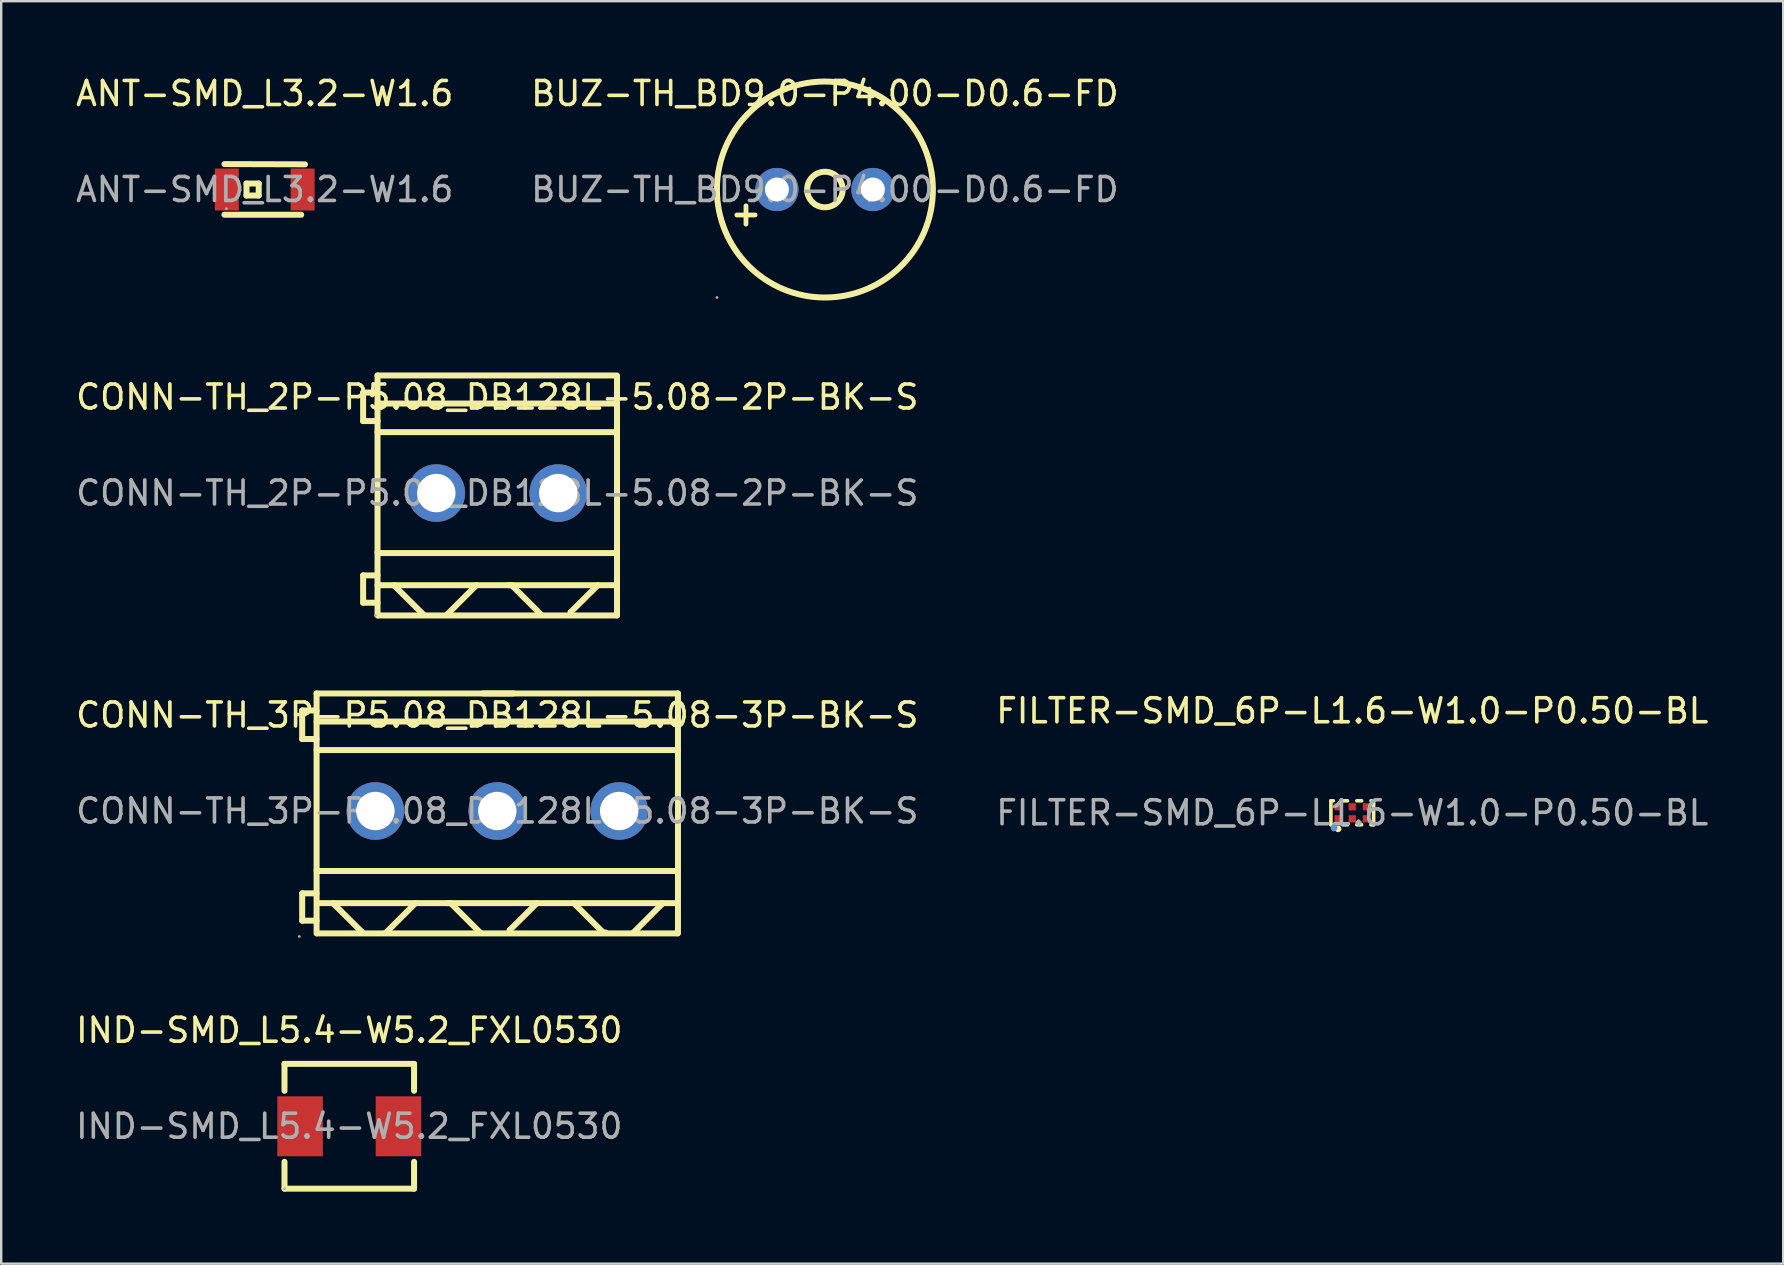
<source format=kicad_pcb>
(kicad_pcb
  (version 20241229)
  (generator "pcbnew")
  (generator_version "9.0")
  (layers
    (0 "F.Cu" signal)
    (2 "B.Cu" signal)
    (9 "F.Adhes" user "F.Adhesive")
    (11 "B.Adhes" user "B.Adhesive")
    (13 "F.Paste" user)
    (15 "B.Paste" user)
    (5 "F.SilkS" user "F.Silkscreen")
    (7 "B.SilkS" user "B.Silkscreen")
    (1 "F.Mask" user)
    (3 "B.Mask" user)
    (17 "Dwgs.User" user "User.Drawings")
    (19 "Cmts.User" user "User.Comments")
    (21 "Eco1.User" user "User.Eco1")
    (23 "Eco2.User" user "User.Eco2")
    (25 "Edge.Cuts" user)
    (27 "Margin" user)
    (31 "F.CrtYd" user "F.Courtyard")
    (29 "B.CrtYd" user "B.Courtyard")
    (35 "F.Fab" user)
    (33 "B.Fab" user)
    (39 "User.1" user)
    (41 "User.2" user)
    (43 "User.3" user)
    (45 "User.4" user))
  (footprint "CONN-TH_2P-P5.08_DB128L-5.08-2P-BK-S"
    (layer "F.Cu")
    (at 17.673 17.498)
    (property "Reference" "CONN-TH_2P-P5.08_DB128L-5.08-2P-BK-S" (at 0 -4 0) (layer "F.SilkS") (effects (font (size 1 1) (thickness 0.15))))
    (attr through_hole)
    (fp_line (start -5.59 -4.19) (end -4.99 -4.19) (stroke (width 0.25) (type solid)) (layer "F.SilkS"))
    (fp_line (start -5.59 -3) (end -5.59 -4.19) (stroke (width 0.25) (type solid)) (layer "F.SilkS"))
    (fp_line (start -5.59 3.43) (end -4.99 3.43) (stroke (width 0.25) (type solid)) (layer "F.SilkS"))
    (fp_line (start -5.59 4.57) (end -5.59 3.43) (stroke (width 0.25) (type solid)) (layer "F.SilkS"))
    (fp_line (start -4.99 -4.9) (end -4.99 5.1) (stroke (width 0.25) (type solid)) (layer "F.SilkS"))
    (fp_line (start -4.99 -4.9) (end 4.9 -4.9) (stroke (width 0.25) (type solid)) (layer "F.SilkS"))
    (fp_line (start -4.99 -3.73) (end 4.99 -3.73) (stroke (width 0.25) (type solid)) (layer "F.SilkS"))
    (fp_line (start -4.99 -3) (end -5.59 -3) (stroke (width 0.25) (type solid)) (layer "F.SilkS"))
    (fp_line (start -4.99 -2.54) (end 4.99 -2.54) (stroke (width 0.25) (type solid)) (layer "F.SilkS"))
    (fp_line (start -4.99 2.47) (end -4.96 2.5) (stroke (width 0.25) (type solid)) (layer "F.SilkS"))
    (fp_line (start -4.99 3.84) (end 4.99 3.84) (stroke (width 0.25) (type solid)) (layer "F.SilkS"))
    (fp_line (start -4.99 4.57) (end -5.59 4.57) (stroke (width 0.25) (type solid)) (layer "F.SilkS"))
    (fp_line (start -4.96 2.5) (end 4.99 2.5) (stroke (width 0.25) (type solid)) (layer "F.SilkS"))
    (fp_line (start -4.96 5.1) (end 4.99 5.1) (stroke (width 0.25) (type solid)) (layer "F.SilkS"))
    (fp_line (start -4.28 3.87) (end -4.28 3.84) (stroke (width 0.25) (type solid)) (layer "F.SilkS"))
    (fp_line (start -3.08 5.06) (end -4.28 3.87) (stroke (width 0.25) (type solid)) (layer "F.SilkS"))
    (fp_line (start -2.09 5.06) (end -2.09 5.06) (stroke (width 0.25) (type solid)) (layer "F.SilkS"))
    (fp_line (start -0.87 3.84) (end -2.09 5.06) (stroke (width 0.25) (type solid)) (layer "F.SilkS"))
    (fp_line (start 0.6 3.84) (end 0.47 3.84) (stroke (width 0.25) (type solid)) (layer "F.SilkS"))
    (fp_line (start 1.82 5.06) (end 0.6 3.84) (stroke (width 0.25) (type solid)) (layer "F.SilkS"))
    (fp_line (start 3.06 4.96) (end 3.06 5.06) (stroke (width 0.25) (type solid)) (layer "F.SilkS"))
    (fp_line (start 4.19 3.84) (end 3.06 4.96) (stroke (width 0.25) (type solid)) (layer "F.SilkS"))
    (fp_line (start 4.99 -4.9) (end 4.99 5.1) (stroke (width 0.25) (type solid)) (layer "F.SilkS"))
    (fp_circle (center -5.08 5.1) (end -5.05 5.1) (stroke (width 0.06) (type solid)) (fill no) (layer "F.Fab"))
    (fp_text user "${REFERENCE}" (at 0 0 0) (layer "F.Fab") (effects (font (size 1 1) (thickness 0.15))))
    (pad "1" thru_hole circle (at -2.54 0) (size 2.4 2.4) (drill 1.6) (layers "*.Cu" "*.Mask"))
    (pad "2" thru_hole circle (at 2.54 0) (size 2.4 2.4) (drill 1.6) (layers "*.Cu" "*.Mask")))
  (footprint "CONN-TH_3P-P5.08_DB128L-5.08-3P-BK-S"
    (layer "F.Cu")
    (at 17.673 30.748)
    (property "Reference" "CONN-TH_3P-P5.08_DB128L-5.08-3P-BK-S" (at 0 -4 0) (layer "F.SilkS") (effects (font (size 1 1) (thickness 0.15))))
    (attr through_hole)
    (fp_line (start -8.13 -4.19) (end -7.53 -4.19) (stroke (width 0.25) (type solid)) (layer "F.SilkS"))
    (fp_line (start -8.13 -3) (end -8.13 -4.19) (stroke (width 0.25) (type solid)) (layer "F.SilkS"))
    (fp_line (start -8.13 3.43) (end -7.53 3.43) (stroke (width 0.25) (type solid)) (layer "F.SilkS"))
    (fp_line (start -8.13 4.57) (end -8.13 3.43) (stroke (width 0.25) (type solid)) (layer "F.SilkS"))
    (fp_line (start -7.53 -4.9) (end -7.53 5.1) (stroke (width 0.25) (type solid)) (layer "F.SilkS"))
    (fp_line (start -7.53 -4.9) (end 7.53 -4.9) (stroke (width 0.25) (type solid)) (layer "F.SilkS"))
    (fp_line (start -7.53 -3.73) (end 7.53 -3.73) (stroke (width 0.25) (type solid)) (layer "F.SilkS"))
    (fp_line (start -7.53 -3) (end -8.13 -3) (stroke (width 0.25) (type solid)) (layer "F.SilkS"))
    (fp_line (start -7.53 -2.54) (end 7.53 -2.54) (stroke (width 0.25) (type solid)) (layer "F.SilkS"))
    (fp_line (start -7.53 2.47) (end -7.5 2.5) (stroke (width 0.25) (type solid)) (layer "F.SilkS"))
    (fp_line (start -7.53 4.57) (end -8.13 4.57) (stroke (width 0.25) (type solid)) (layer "F.SilkS"))
    (fp_line (start -7.5 2.5) (end 7.53 2.5) (stroke (width 0.25) (type solid)) (layer "F.SilkS"))
    (fp_line (start -7.5 5.1) (end 7.5 5.1) (stroke (width 0.25) (type solid)) (layer "F.SilkS"))
    (fp_line (start -6.82 3.87) (end -6.82 3.84) (stroke (width 0.25) (type solid)) (layer "F.SilkS"))
    (fp_line (start -5.62 5.06) (end -6.82 3.87) (stroke (width 0.25) (type solid)) (layer "F.SilkS"))
    (fp_line (start -4.63 5.06) (end -4.63 5.06) (stroke (width 0.25) (type solid)) (layer "F.SilkS"))
    (fp_line (start -3.41 3.84) (end -4.63 5.06) (stroke (width 0.25) (type solid)) (layer "F.SilkS"))
    (fp_line (start -1.94 3.84) (end -2.07 3.84) (stroke (width 0.25) (type solid)) (layer "F.SilkS"))
    (fp_line (start -0.72 5.06) (end -1.94 3.84) (stroke (width 0.25) (type solid)) (layer "F.SilkS"))
    (fp_line (start -0.58 -4.9) (end 0.67 -4.9) (stroke (width 0.25) (type solid)) (layer "F.SilkS"))
    (fp_line (start 0.52 4.96) (end 0.52 5.06) (stroke (width 0.25) (type solid)) (layer "F.SilkS"))
    (fp_line (start 1.65 3.84) (end 0.52 4.96) (stroke (width 0.25) (type solid)) (layer "F.SilkS"))
    (fp_line (start 3.19 3.84) (end 4.41 5.06) (stroke (width 0.25) (type solid)) (layer "F.SilkS"))
    (fp_line (start 4.41 5.06) (end 4.51 5.06) (stroke (width 0.25) (type solid)) (layer "F.SilkS"))
    (fp_line (start 5.68 5.06) (end 6.87 3.87) (stroke (width 0.25) (type solid)) (layer "F.SilkS"))
    (fp_line (start 6.87 3.87) (end 6.87 3.84) (stroke (width 0.25) (type solid)) (layer "F.SilkS"))
    (fp_line (start 7.48 3.84) (end -7.45 3.84) (stroke (width 0.25) (type solid)) (layer "F.SilkS"))
    (fp_line (start 7.53 -4.9) (end 7.53 5.1) (stroke (width 0.25) (type solid)) (layer "F.SilkS"))
    (fp_circle (center -8.25 5.23) (end -8.22 5.23) (stroke (width 0.06) (type solid)) (fill no) (layer "F.Fab"))
    (fp_circle (center -5.08 0) (end -4.73 0) (stroke (width 0.7) (type solid)) (fill no) (layer "F.Fab"))
    (fp_circle (center 0 0) (end 0.35 0) (stroke (width 0.7) (type solid)) (fill no) (layer "F.Fab"))
    (fp_circle (center 5.08 0) (end 5.43 0) (stroke (width 0.7) (type solid)) (fill no) (layer "F.Fab"))
    (fp_text user "${REFERENCE}" (at 0 0 0) (layer "F.Fab") (effects (font (size 1 1) (thickness 0.15))))
    (pad "1" thru_hole circle (at -5.08 0) (size 2.4 2.4) (drill 1.6) (layers "*.Cu" "*.Mask"))
    (pad "2" thru_hole circle (at 0 0) (size 2.4 2.4) (drill 1.6) (layers "*.Cu" "*.Mask"))
    (pad "3" thru_hole circle (at 5.08 0) (size 2.4 2.4) (drill 1.6) (layers "*.Cu" "*.Mask")))
  (footprint "IND-SMD_L5.4-W5.2_FXL0530"
    (layer "F.Cu")
    (at 11.506 43.886)
    (property "Reference" "IND-SMD_L5.4-W5.2_FXL0530" (at 0 -4 0) (layer "F.SilkS") (effects (font (size 1 1) (thickness 0.15))))
    (attr smd)
    (fp_line (start -2.7 -2.6) (end -2.7 -1.48) (stroke (width 0.25) (type solid)) (layer "F.SilkS"))
    (fp_line (start -2.7 -2.6) (end 2.7 -2.6) (stroke (width 0.25) (type solid)) (layer "F.SilkS"))
    (fp_line (start -2.7 1.48) (end -2.7 2.6) (stroke (width 0.25) (type solid)) (layer "F.SilkS"))
    (fp_line (start 2.7 -1.48) (end 2.7 -2.6) (stroke (width 0.25) (type solid)) (layer "F.SilkS"))
    (fp_line (start 2.7 2.6) (end -2.7 2.6) (stroke (width 0.25) (type solid)) (layer "F.SilkS"))
    (fp_line (start 2.7 2.6) (end 2.7 1.48) (stroke (width 0.25) (type solid)) (layer "F.SilkS"))
    (fp_circle (center -2.7 2.6) (end -2.67 2.6) (stroke (width 0.06) (type solid)) (fill no) (layer "F.Fab"))
    (fp_text user "${REFERENCE}" (at 0 0 0) (layer "F.Fab") (effects (font (size 1 1) (thickness 0.15))))
    (pad "1" smd rect (at -2.05 0) (size 1.9 2.5) (layers "F.Cu" "F.Mask" "F.Paste"))
    (pad "2" smd rect (at 2.05 0) (size 1.9 2.5) (layers "F.Cu" "F.Mask" "F.Paste")))
  (footprint "ANT-SMD_L3.2-W1.6"
    (layer "F.Cu")
    (at 7.982 4.848)
    (property "Reference" "ANT-SMD_L3.2-W1.6" (at 0 -4 0) (layer "F.SilkS") (effects (font (size 1 1) (thickness 0.15))))
    (attr smd)
    (fp_line (start -1.68 -1.06) (end 1.68 -1.05) (stroke (width 0.25) (type solid)) (layer "F.SilkS"))
    (fp_line (start -0.76 -0.25) (end -0.76 0.25) (stroke (width 0.25) (type solid)) (layer "F.SilkS"))
    (fp_line (start -0.76 0.25) (end -0.25 0.25) (stroke (width 0.25) (type solid)) (layer "F.SilkS"))
    (fp_line (start -0.25 -0.25) (end -0.76 -0.25) (stroke (width 0.25) (type solid)) (layer "F.SilkS"))
    (fp_line (start -0.25 0.25) (end -0.25 -0.25) (stroke (width 0.25) (type solid)) (layer "F.SilkS"))
    (fp_line (start 1.52 1.05) (end -1.68 1.05) (stroke (width 0.25) (type solid)) (layer "F.SilkS"))
    (fp_circle (center -1.6 0.8) (end -1.57 0.8) (stroke (width 0.06) (type solid)) (fill no) (layer "F.Fab"))
    (fp_text user "${REFERENCE}" (at 0 0 0) (layer "F.Fab") (effects (font (size 1 1) (thickness 0.15))))
    (pad "1" smd rect (at -1.58 0) (size 1 1.75) (layers "F.Cu" "F.Mask" "F.Paste"))
    (pad "2" smd rect (at 1.58 0) (size 1 1.75) (layers "F.Cu" "F.Mask" "F.Paste")))
  (footprint "BUZ-TH_BD9.0-P4.00-D0.6-FD"
    (layer "F.Cu")
    (at 31.327 4.848)
    (property "Reference" "BUZ-TH_BD9.0-P4.00-D0.6-FD" (at 0 -4 0) (layer "F.SilkS") (effects (font (size 1 1) (thickness 0.15))))
    (attr through_hole)
    (fp_circle (center 0 0) (end 0.74 0) (stroke (width 0.25) (type solid)) (fill no) (layer "F.SilkS"))
    (fp_circle (center 0 0) (end 4.5 0) (stroke (width 0.25) (type solid)) (fill no) (layer "F.SilkS"))
    (fp_circle (center -4.5 4.5) (end -4.47 4.5) (stroke (width 0.06) (type solid)) (fill no) (layer "F.Fab"))
    (fp_circle (center -2 0) (end -1.85 0) (stroke (width 0.3) (type solid)) (fill no) (layer "F.Fab"))
    (fp_circle (center 2 0) (end 2.15 0) (stroke (width 0.3) (type solid)) (fill no) (layer "F.Fab"))
    (fp_text user "+" (at -4.04 0.99 0) (layer "F.SilkS") (effects (font (size 1 1) (thickness 0.2)) (justify left)))
    (fp_text user "${REFERENCE}" (at 0 0 0) (layer "F.Fab") (effects (font (size 1 1) (thickness 0.15))))
    (pad "1" thru_hole circle (at -2 0) (size 1.8 1.8) (drill 1) (layers "*.Cu" "*.Mask"))
    (pad "2" thru_hole circle (at 2 0) (size 1.8 1.8) (drill 1) (layers "*.Cu" "*.Mask")))
  (footprint "FILTER-SMD_6P-L1.6-W1.0-P0.50-BL"
    (layer "F.Cu")
    (at 53.304 30.822)
    (property "Reference" "FILTER-SMD_6P-L1.6-W1.0-P0.50-BL" (at 0 -4.25 0) (layer "F.SilkS") (effects (font (size 1 1) (thickness 0.15))))
    (attr smd)
    (fp_line (start -0.89 -0.5) (end -0.89 0.5) (stroke (width 0.15) (type solid)) (layer "F.SilkS"))
    (fp_line (start -0.89 -0.5) (end -0.79 -0.5) (stroke (width 0.15) (type solid)) (layer "F.SilkS"))
    (fp_line (start -0.89 0.5) (end -0.79 0.5) (stroke (width 0.15) (type solid)) (layer "F.SilkS"))
    (fp_line (start -0.39 -0.5) (end -0.2 -0.5) (stroke (width 0.15) (type solid)) (layer "F.SilkS"))
    (fp_line (start -0.39 0.5) (end -0.2 0.5) (stroke (width 0.15) (type solid)) (layer "F.SilkS"))
    (fp_line (start 0.19 -0.5) (end 0.39 -0.5) (stroke (width 0.15) (type solid)) (layer "F.SilkS"))
    (fp_line (start 0.19 0.5) (end 0.39 0.5) (stroke (width 0.15) (type solid)) (layer "F.SilkS"))
    (fp_line (start 0.78 -0.5) (end 0.89 -0.5) (stroke (width 0.15) (type solid)) (layer "F.SilkS"))
    (fp_line (start 0.78 0.5) (end 0.89 0.5) (stroke (width 0.15) (type solid)) (layer "F.SilkS"))
    (fp_line (start 0.89 -0.5) (end 0.89 0.5) (stroke (width 0.15) (type solid)) (layer "F.SilkS"))
    (fp_circle (center -0.59 0.67) (end -0.52 0.67) (stroke (width 0.14) (type solid)) (fill no) (layer "F.SilkS"))
    (fp_circle (center -0.76 0.63) (end -0.69 0.63) (stroke (width 0.14) (type solid)) (fill no) (layer "Cmts.User"))
    (fp_circle (center -0.8 0.5) (end -0.77 0.5) (stroke (width 0.06) (type solid)) (fill no) (layer "F.Fab"))
    (fp_text user "${REFERENCE}" (at 0 0 0) (layer "F.Fab") (effects (font (size 1 1) (thickness 0.15))))
    (pad "1" smd rect (at -0.59 0.25) (size 0.3 0.3) (layers "F.Cu" "F.Mask" "F.Paste"))
    (pad "2" smd rect (at 0 0.25) (size 0.3 0.3) (layers "F.Cu" "F.Mask" "F.Paste"))
    (pad "3" smd rect (at 0.59 0.25) (size 0.3 0.3) (layers "F.Cu" "F.Mask" "F.Paste"))
    (pad "4" smd rect (at 0.59 -0.25) (size 0.3 0.3) (layers "F.Cu" "F.Mask" "F.Paste"))
    (pad "5" smd rect (at 0 -0.25) (size 0.3 0.3) (layers "F.Cu" "F.Mask" "F.Paste"))
    (pad "6" smd rect (at -0.59 -0.25) (size 0.3 0.3) (layers "F.Cu" "F.Mask" "F.Paste")))
  (gr_rect
    (start -3 -3)
    (end 71.262 49.611)
    (stroke (width 0.1) (type default))
    (fill no)
    (layer "Edge.Cuts")))
</source>
